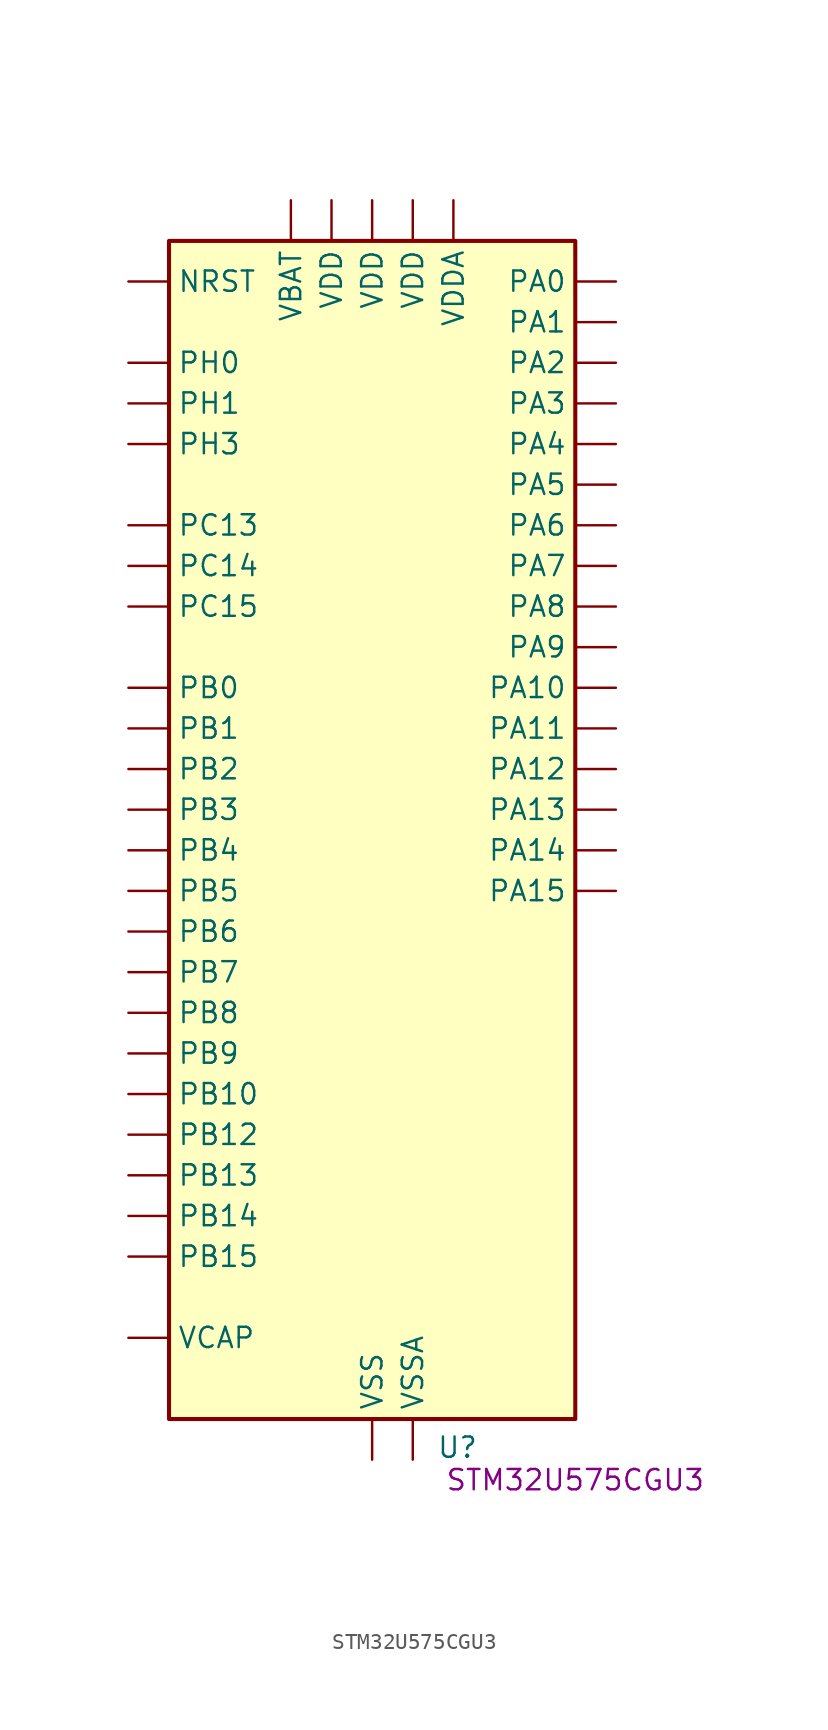
<source format=kicad_sym>
(kicad_symbol_lib
  (version 20231120)
  (generator "kicad_symbol_editor")
  (generator_version "8.0")
  (symbol "STM32U575CGU3"
    (pin_numbers hide)
    (property "Reference" "U"
      (at 20.574 -72.898 0)
      (effects (font (size 1.27 1.27))))
    (property "MPN" "STM32U575CGU3"
      (at 27.94 -74.93 0)
      (effects (font (size 1.27 1.27))))
    (symbol "STM32U575CGU3_0_1"
      (rectangle (start 2.54 2.54) (end 27.94 -71.12) (stroke (width 0.254) (type default)) (fill (type background))))
    (symbol "STM32U575CGU3_1_1"
      (pin power_in line (at 10.16 5.08 270) (length 2.54) (name "VBAT" (effects (font (size 1.27 1.27)))) (number "1" (effects (font (size 1.27 1.27)))))
      (pin bidirectional line (at 30.48 0 180) (length 2.54) (name "PA0" (effects (font (size 1.27 1.27)))) (number "10" (effects (font (size 1.27 1.27)))) (alternate "ADC1_IN5" bidirectional line) (alternate "AUDIOCLK" bidirectional line) (alternate "OCTOSPIM_P2_NCS" bidirectional line) (alternate "OPAMP1_VINP" bidirectional line) (alternate "PWR_WKUP1" bidirectional line) (alternate "SPI3_RDY" bidirectional line) (alternate "TAMP_IN2" bidirectional line) (alternate "TAMP_OUT1" bidirectional line) (alternate "TIM2_CH1" bidirectional line) (alternate "TIM2_ETR" bidirectional line) (alternate "TIM5_CH1" bidirectional line) (alternate "TIM8_ETR" bidirectional line) (alternate "UART4_TX" bidirectional line) (alternate "USART2_CTS" bidirectional line))
      (pin bidirectional line (at 30.48 -2.54 180) (length 2.54) (name "PA1" (effects (font (size 1.27 1.27)))) (number "11" (effects (font (size 1.27 1.27)))) (alternate "ADC1_IN6" bidirectional line) (alternate "I2C1_SMBA" bidirectional line) (alternate "LPTIM1_CH2" bidirectional line) (alternate "OCTOSPIM_P1_DQS" bidirectional line) (alternate "OPAMP1_VINM" bidirectional line) (alternate "PWR_WKUP3" bidirectional line) (alternate "SPI1_SCK" bidirectional line) (alternate "TAMP_IN5" bidirectional line) (alternate "TAMP_OUT4" bidirectional line) (alternate "TIM15_CH1N" bidirectional line) (alternate "TIM2_CH2" bidirectional line) (alternate "TIM5_CH2" bidirectional line) (alternate "UART4_RX" bidirectional line) (alternate "USART2_DE" bidirectional line) (alternate "USART2_RTS" bidirectional line))
      (pin bidirectional line (at 30.48 -5.08 180) (length 2.54) (name "PA2" (effects (font (size 1.27 1.27)))) (number "12" (effects (font (size 1.27 1.27)))) (alternate "ADC1_IN7" bidirectional line) (alternate "COMP1_INP" bidirectional line) (alternate "LPUART1_TX" bidirectional line) (alternate "OCTOSPIM_P1_NCS" bidirectional line) (alternate "PWR_WKUP4" bidirectional line) (alternate "RCC_LSCO" bidirectional line) (alternate "SPI1_RDY" bidirectional line) (alternate "TIM15_CH1" bidirectional line) (alternate "TIM2_CH3" bidirectional line) (alternate "TIM5_CH3" bidirectional line) (alternate "UCPD1_FRSTX1" bidirectional line) (alternate "USART2_TX" bidirectional line))
      (pin bidirectional line (at 30.48 -7.62 180) (length 2.54) (name "PA3" (effects (font (size 1.27 1.27)))) (number "13" (effects (font (size 1.27 1.27)))) (alternate "ADC1_IN8" bidirectional line) (alternate "LPUART1_RX" bidirectional line) (alternate "OCTOSPIM_P1_CLK" bidirectional line) (alternate "OPAMP1_VOUT" bidirectional line) (alternate "PWR_WKUP5" bidirectional line) (alternate "SAI1_CK1" bidirectional line) (alternate "SAI1_MCLK_A" bidirectional line) (alternate "TIM15_CH2" bidirectional line) (alternate "TIM2_CH4" bidirectional line) (alternate "TIM5_CH4" bidirectional line) (alternate "USART2_RX" bidirectional line))
      (pin bidirectional line (at 30.48 -10.16 180) (length 2.54) (name "PA4" (effects (font (size 1.27 1.27)))) (number "14" (effects (font (size 1.27 1.27)))) (alternate "ADC1_IN9" bidirectional line) (alternate "ADC4_IN9" bidirectional line) (alternate "DAC1_OUT1" bidirectional line) (alternate "LPTIM2_CH1" bidirectional line) (alternate "OCTOSPIM_P1_NCS" bidirectional line) (alternate "PWR_WKUP2" bidirectional line) (alternate "SAI1_FS_B" bidirectional line) (alternate "SPI1_NSS" bidirectional line) (alternate "SPI3_NSS" bidirectional line) (alternate "USART2_CK" bidirectional line))
      (pin bidirectional line (at 30.48 -12.7 180) (length 2.54) (name "PA5" (effects (font (size 1.27 1.27)))) (number "15" (effects (font (size 1.27 1.27)))) (alternate "ADC1_IN10" bidirectional line) (alternate "ADC4_IN10" bidirectional line) (alternate "DAC1_OUT2" bidirectional line) (alternate "LPTIM2_ETR" bidirectional line) (alternate "PWR_CSLEEP" bidirectional line) (alternate "PWR_WKUP6" bidirectional line) (alternate "SPI1_SCK" bidirectional line) (alternate "TIM2_CH1" bidirectional line) (alternate "TIM2_ETR" bidirectional line) (alternate "TIM8_CH1N" bidirectional line) (alternate "USART3_RX" bidirectional line))
      (pin bidirectional line (at 30.48 -15.24 180) (length 2.54) (name "PA6" (effects (font (size 1.27 1.27)))) (number "16" (effects (font (size 1.27 1.27)))) (alternate "ADC1_IN11" bidirectional line) (alternate "ADC4_IN11" bidirectional line) (alternate "LPUART1_CTS" bidirectional line) (alternate "OCTOSPIM_P1_IO3" bidirectional line) (alternate "OPAMP2_VINP" bidirectional line) (alternate "PWR_CDSTOP" bidirectional line) (alternate "PWR_WKUP7" bidirectional line) (alternate "SPI1_MISO" bidirectional line) (alternate "TIM16_CH1" bidirectional line) (alternate "TIM1_BKIN" bidirectional line) (alternate "TIM3_CH1" bidirectional line) (alternate "TIM8_BKIN" bidirectional line) (alternate "USART3_CTS" bidirectional line))
      (pin bidirectional line (at 30.48 -17.78 180) (length 2.54) (name "PA7" (effects (font (size 1.27 1.27)))) (number "17" (effects (font (size 1.27 1.27)))) (alternate "ADC1_IN12" bidirectional line) (alternate "ADC4_IN20" bidirectional line) (alternate "I2C3_SCL" bidirectional line) (alternate "LPTIM2_CH2" bidirectional line) (alternate "OCTOSPIM_P1_IO2" bidirectional line) (alternate "OPAMP2_VINM" bidirectional line) (alternate "PWR_SRDSTOP" bidirectional line) (alternate "PWR_WKUP8" bidirectional line) (alternate "SPI1_MOSI" bidirectional line) (alternate "TIM17_CH1" bidirectional line) (alternate "TIM1_CH1N" bidirectional line) (alternate "TIM3_CH2" bidirectional line) (alternate "TIM8_CH1N" bidirectional line) (alternate "USART3_TX" bidirectional line))
      (pin bidirectional line (at 0 -25.4 0) (length 2.54) (name "PB0" (effects (font (size 1.27 1.27)))) (number "18" (effects (font (size 1.27 1.27)))) (alternate "ADC1_IN15" bidirectional line) (alternate "ADC4_IN18" bidirectional line) (alternate "AUDIOCLK" bidirectional line) (alternate "COMP1_OUT" bidirectional line) (alternate "LPTIM3_CH1" bidirectional line) (alternate "OCTOSPIM_P1_IO1" bidirectional line) (alternate "OPAMP2_VOUT" bidirectional line) (alternate "SPI1_NSS" bidirectional line) (alternate "TIM1_CH2N" bidirectional line) (alternate "TIM3_CH3" bidirectional line) (alternate "TIM8_CH2N" bidirectional line) (alternate "USART3_CK" bidirectional line))
      (pin bidirectional line (at 0 -27.94 0) (length 2.54) (name "PB1" (effects (font (size 1.27 1.27)))) (number "19" (effects (font (size 1.27 1.27)))) (alternate "ADC1_IN16" bidirectional line) (alternate "ADC4_IN19" bidirectional line) (alternate "COMP1_INM" bidirectional line) (alternate "LPTIM2_IN1" bidirectional line) (alternate "LPTIM3_CH2" bidirectional line) (alternate "LPUART1_DE" bidirectional line) (alternate "LPUART1_RTS" bidirectional line) (alternate "MDF1_SDI0" bidirectional line) (alternate "OCTOSPIM_P1_IO0" bidirectional line) (alternate "PWR_WKUP4" bidirectional line) (alternate "TIM1_CH3N" bidirectional line) (alternate "TIM3_CH4" bidirectional line) (alternate "TIM8_CH3N" bidirectional line) (alternate "USART3_DE" bidirectional line) (alternate "USART3_RTS" bidirectional line))
      (pin bidirectional line (at 0 -15.24 0) (length 2.54) (name "PC13" (effects (font (size 1.27 1.27)))) (number "2" (effects (font (size 1.27 1.27)))) (alternate "PWR_WKUP2" bidirectional line) (alternate "RTC_OUT1" bidirectional line) (alternate "RTC_TS" bidirectional line) (alternate "TAMP_IN1" bidirectional line) (alternate "TAMP_OUT2" bidirectional line))
      (pin bidirectional line (at 0 -30.48 0) (length 2.54) (name "PB2" (effects (font (size 1.27 1.27)))) (number "20" (effects (font (size 1.27 1.27)))) (alternate "ADC1_IN17" bidirectional line) (alternate "COMP1_INP" bidirectional line) (alternate "I2C3_SMBA" bidirectional line) (alternate "LPTIM1_CH1" bidirectional line) (alternate "MDF1_CKI0" bidirectional line) (alternate "OCTOSPIM_P1_DQS" bidirectional line) (alternate "PWR_WKUP1" bidirectional line) (alternate "RTC_OUT2" bidirectional line) (alternate "SPI1_RDY" bidirectional line) (alternate "TIM8_CH4N" bidirectional line) (alternate "UCPD1_FRSTX1" bidirectional line))
      (pin bidirectional line (at 0 -50.8 0) (length 2.54) (name "PB10" (effects (font (size 1.27 1.27)))) (number "21" (effects (font (size 1.27 1.27)))) (alternate "COMP1_OUT" bidirectional line) (alternate "I2C2_SCL" bidirectional line) (alternate "I2C4_SCL" bidirectional line) (alternate "LPTIM3_CH1" bidirectional line) (alternate "LPUART1_RX" bidirectional line) (alternate "OCTOSPIM_P1_CLK" bidirectional line) (alternate "PWR_WKUP8" bidirectional line) (alternate "SAI1_SCK_A" bidirectional line) (alternate "SPI2_SCK" bidirectional line) (alternate "TIM2_CH3" bidirectional line) (alternate "TSC_SYNC" bidirectional line) (alternate "USART3_TX" bidirectional line))
      (pin power_out line (at 0 -66.04 0) (length 2.54) (name "VCAP" (effects (font (size 1.27 1.27)))) (number "22" (effects (font (size 1.27 1.27)))))
      (pin power_in line (at 15.24 -73.66 90) (length 2.54) (name "VSS" (effects (font (size 1.27 1.27)))) (number "23" (effects (font (size 1.27 1.27)))))
      (pin power_in line (at 12.7 5.08 270) (length 2.54) (name "VDD" (effects (font (size 1.27 1.27)))) (number "24" (effects (font (size 1.27 1.27)))))
      (pin bidirectional line (at 0 -53.34 0) (length 2.54) (name "PB12" (effects (font (size 1.27 1.27)))) (number "25" (effects (font (size 1.27 1.27)))) (alternate "I2C2_SMBA" bidirectional line) (alternate "LPUART1_DE" bidirectional line) (alternate "LPUART1_RTS" bidirectional line) (alternate "MDF1_SDI1" bidirectional line) (alternate "OCTOSPIM_P1_NCLK" bidirectional line) (alternate "SPI2_NSS" bidirectional line) (alternate "TIM15_BKIN" bidirectional line) (alternate "TIM1_BKIN" bidirectional line) (alternate "TSC_G1_IO1" bidirectional line) (alternate "USART3_CK" bidirectional line))
      (pin bidirectional line (at 0 -55.88 0) (length 2.54) (name "PB13" (effects (font (size 1.27 1.27)))) (number "26" (effects (font (size 1.27 1.27)))) (alternate "I2C2_SCL" bidirectional line) (alternate "LPTIM3_IN1" bidirectional line) (alternate "LPUART1_CTS" bidirectional line) (alternate "MDF1_CKI1" bidirectional line) (alternate "SPI2_SCK" bidirectional line) (alternate "TIM15_CH1N" bidirectional line) (alternate "TIM1_CH1N" bidirectional line) (alternate "TSC_G1_IO2" bidirectional line) (alternate "USART3_CTS" bidirectional line))
      (pin bidirectional line (at 0 -58.42 0) (length 2.54) (name "PB14" (effects (font (size 1.27 1.27)))) (number "27" (effects (font (size 1.27 1.27)))) (alternate "I2C2_SDA" bidirectional line) (alternate "LPTIM3_ETR" bidirectional line) (alternate "MDF1_SDI2" bidirectional line) (alternate "SPI2_MISO" bidirectional line) (alternate "TIM15_CH1" bidirectional line) (alternate "TIM1_CH2N" bidirectional line) (alternate "TIM8_CH2N" bidirectional line) (alternate "TSC_G1_IO3" bidirectional line) (alternate "UCPD1_DBCC2" bidirectional line) (alternate "USART3_DE" bidirectional line) (alternate "USART3_RTS" bidirectional line))
      (pin bidirectional line (at 0 -60.96 0) (length 2.54) (name "PB15" (effects (font (size 1.27 1.27)))) (number "28" (effects (font (size 1.27 1.27)))) (alternate "ADC1_EXTI15" bidirectional line) (alternate "ADC4_EXTI15" bidirectional line) (alternate "LPTIM2_IN2" bidirectional line) (alternate "MDF1_CKI2" bidirectional line) (alternate "PWR_WKUP7" bidirectional line) (alternate "RTC_REFIN" bidirectional line) (alternate "SPI2_MOSI" bidirectional line) (alternate "TIM15_CH2" bidirectional line) (alternate "TIM1_CH3N" bidirectional line) (alternate "TIM8_CH3N" bidirectional line) (alternate "UCPD1_CC2" bidirectional line))
      (pin bidirectional line (at 30.48 -20.32 180) (length 2.54) (name "PA8" (effects (font (size 1.27 1.27)))) (number "29" (effects (font (size 1.27 1.27)))) (alternate "DEBUG_TRACECLK" bidirectional line) (alternate "LPTIM2_CH1" bidirectional line) (alternate "RCC_MCO" bidirectional line) (alternate "SAI1_CK2" bidirectional line) (alternate "SAI1_SCK_A" bidirectional line) (alternate "SPI1_RDY" bidirectional line) (alternate "TIM1_CH1" bidirectional line) (alternate "USART1_CK" bidirectional line) (alternate "USB_OTG_FS_SOF" bidirectional line))
      (pin bidirectional line (at 0 -17.78 0) (length 2.54) (name "PC14" (effects (font (size 1.27 1.27)))) (number "3" (effects (font (size 1.27 1.27)))) (alternate "RCC_OSC32_IN" bidirectional line))
      (pin bidirectional line (at 30.48 -22.86 180) (length 2.54) (name "PA9" (effects (font (size 1.27 1.27)))) (number "30" (effects (font (size 1.27 1.27)))) (alternate "DAC1_EXTI9" bidirectional line) (alternate "SAI1_FS_A" bidirectional line) (alternate "SPI2_SCK" bidirectional line) (alternate "TIM15_BKIN" bidirectional line) (alternate "TIM1_CH2" bidirectional line) (alternate "USART1_TX" bidirectional line) (alternate "USB_OTG_FS_VBUS" bidirectional line))
      (pin bidirectional line (at 30.48 -25.4 180) (length 2.54) (name "PA10" (effects (font (size 1.27 1.27)))) (number "31" (effects (font (size 1.27 1.27)))) (alternate "CRS_SYNC" bidirectional line) (alternate "LPTIM2_IN2" bidirectional line) (alternate "SAI1_D1" bidirectional line) (alternate "SAI1_SD_A" bidirectional line) (alternate "TIM17_BKIN" bidirectional line) (alternate "TIM1_CH3" bidirectional line) (alternate "USART1_RX" bidirectional line) (alternate "USB_OTG_FS_ID" bidirectional line))
      (pin bidirectional line (at 30.48 -27.94 180) (length 2.54) (name "PA11" (effects (font (size 1.27 1.27)))) (number "32" (effects (font (size 1.27 1.27)))) (alternate "ADC1_EXTI11" bidirectional line) (alternate "FDCAN1_RX" bidirectional line) (alternate "SPI1_MISO" bidirectional line) (alternate "TIM1_BKIN2" bidirectional line) (alternate "TIM1_CH4" bidirectional line) (alternate "USART1_CTS" bidirectional line) (alternate "USB_OTG_FS_DM" bidirectional line))
      (pin bidirectional line (at 30.48 -30.48 180) (length 2.54) (name "PA12" (effects (font (size 1.27 1.27)))) (number "33" (effects (font (size 1.27 1.27)))) (alternate "FDCAN1_TX" bidirectional line) (alternate "OCTOSPIM_P2_NCS" bidirectional line) (alternate "SPI1_MOSI" bidirectional line) (alternate "TIM1_ETR" bidirectional line) (alternate "USART1_DE" bidirectional line) (alternate "USART1_RTS" bidirectional line) (alternate "USB_OTG_FS_DP" bidirectional line))
      (pin bidirectional line (at 30.48 -33.02 180) (length 2.54) (name "PA13" (effects (font (size 1.27 1.27)))) (number "34" (effects (font (size 1.27 1.27)))) (alternate "DEBUG_JTMS-SWDIO" bidirectional line) (alternate "IR_OUT" bidirectional line) (alternate "SAI1_SD_B" bidirectional line) (alternate "USB_OTG_FS_NOE" bidirectional line))
      (pin passive line (at 15.24 -73.66 90) (length 2.54) hide (name "VSS" (effects (font (size 1.27 1.27)))) (number "35" (effects (font (size 1.27 1.27)))))
      (pin power_in line (at 15.24 5.08 270) (length 2.54) (name "VDD" (effects (font (size 1.27 1.27)))) (number "36" (effects (font (size 1.27 1.27)))))
      (pin bidirectional line (at 30.48 -35.56 180) (length 2.54) (name "PA14" (effects (font (size 1.27 1.27)))) (number "37" (effects (font (size 1.27 1.27)))) (alternate "DEBUG_JTCK-SWCLK" bidirectional line) (alternate "I2C1_SMBA" bidirectional line) (alternate "I2C4_SMBA" bidirectional line) (alternate "LPTIM1_CH1" bidirectional line) (alternate "SAI1_FS_B" bidirectional line) (alternate "USB_OTG_FS_SOF" bidirectional line))
      (pin bidirectional line (at 30.48 -38.1 180) (length 2.54) (name "PA15" (effects (font (size 1.27 1.27)))) (number "38" (effects (font (size 1.27 1.27)))) (alternate "ADC1_EXTI15" bidirectional line) (alternate "ADC4_EXTI15" bidirectional line) (alternate "DEBUG_JTDI" bidirectional line) (alternate "SPI1_NSS" bidirectional line) (alternate "SPI3_NSS" bidirectional line) (alternate "TIM2_CH1" bidirectional line) (alternate "TIM2_ETR" bidirectional line) (alternate "UART4_DE" bidirectional line) (alternate "UART4_RTS" bidirectional line) (alternate "UCPD1_CC1" bidirectional line) (alternate "USART2_RX" bidirectional line) (alternate "USART3_DE" bidirectional line) (alternate "USART3_RTS" bidirectional line))
      (pin bidirectional line (at 0 -33.02 0) (length 2.54) (name "PB3" (effects (font (size 1.27 1.27)))) (number "39" (effects (font (size 1.27 1.27)))) (alternate "ADF1_CCK0" bidirectional line) (alternate "COMP2_INM" bidirectional line) (alternate "CRS_SYNC" bidirectional line) (alternate "DEBUG_JTDO-SWO" bidirectional line) (alternate "I2C1_SDA" bidirectional line) (alternate "LPTIM1_CH1" bidirectional line) (alternate "SAI1_SCK_B" bidirectional line) (alternate "SPI1_SCK" bidirectional line) (alternate "SPI3_SCK" bidirectional line) (alternate "TIM2_CH2" bidirectional line) (alternate "USART1_DE" bidirectional line) (alternate "USART1_RTS" bidirectional line))
      (pin bidirectional line (at 0 -20.32 0) (length 2.54) (name "PC15" (effects (font (size 1.27 1.27)))) (number "4" (effects (font (size 1.27 1.27)))) (alternate "ADC1_EXTI15" bidirectional line) (alternate "ADC4_EXTI15" bidirectional line) (alternate "RCC_OSC32_OUT" bidirectional line))
      (pin bidirectional line (at 0 -35.56 0) (length 2.54) (name "PB4" (effects (font (size 1.27 1.27)))) (number "40" (effects (font (size 1.27 1.27)))) (alternate "ADF1_SDI0" bidirectional line) (alternate "COMP2_INP" bidirectional line) (alternate "DEBUG_JTRST" bidirectional line) (alternate "I2C3_SDA" bidirectional line) (alternate "LPTIM1_CH2" bidirectional line) (alternate "SAI1_MCLK_B" bidirectional line) (alternate "SPI1_MISO" bidirectional line) (alternate "SPI3_MISO" bidirectional line) (alternate "TIM17_BKIN" bidirectional line) (alternate "TIM3_CH1" bidirectional line) (alternate "TSC_G2_IO1" bidirectional line) (alternate "USART1_CTS" bidirectional line))
      (pin bidirectional line (at 0 -38.1 0) (length 2.54) (name "PB5" (effects (font (size 1.27 1.27)))) (number "41" (effects (font (size 1.27 1.27)))) (alternate "COMP2_OUT" bidirectional line) (alternate "I2C1_SMBA" bidirectional line) (alternate "LPTIM1_IN1" bidirectional line) (alternate "OCTOSPIM_P1_NCLK" bidirectional line) (alternate "PWR_WKUP6" bidirectional line) (alternate "SAI1_SD_B" bidirectional line) (alternate "SPI1_MOSI" bidirectional line) (alternate "SPI3_MOSI" bidirectional line) (alternate "TIM16_BKIN" bidirectional line) (alternate "TIM3_CH2" bidirectional line) (alternate "TSC_G2_IO2" bidirectional line) (alternate "UCPD1_DBCC1" bidirectional line) (alternate "USART1_CK" bidirectional line))
      (pin bidirectional line (at 0 -40.64 0) (length 2.54) (name "PB6" (effects (font (size 1.27 1.27)))) (number "42" (effects (font (size 1.27 1.27)))) (alternate "COMP2_INP" bidirectional line) (alternate "I2C1_SCL" bidirectional line) (alternate "I2C4_SCL" bidirectional line) (alternate "LPTIM1_ETR" bidirectional line) (alternate "MDF1_SDI5" bidirectional line) (alternate "PWR_WKUP3" bidirectional line) (alternate "SAI1_FS_B" bidirectional line) (alternate "TIM16_CH1N" bidirectional line) (alternate "TIM4_CH1" bidirectional line) (alternate "TIM8_BKIN2" bidirectional line) (alternate "TSC_G2_IO3" bidirectional line) (alternate "USART1_TX" bidirectional line))
      (pin bidirectional line (at 0 -43.18 0) (length 2.54) (name "PB7" (effects (font (size 1.27 1.27)))) (number "43" (effects (font (size 1.27 1.27)))) (alternate "COMP2_INM" bidirectional line) (alternate "I2C1_SDA" bidirectional line) (alternate "I2C4_SDA" bidirectional line) (alternate "LPTIM1_IN2" bidirectional line) (alternate "MDF1_CKI5" bidirectional line) (alternate "PWR_PVD_IN" bidirectional line) (alternate "PWR_WKUP4" bidirectional line) (alternate "TIM17_CH1N" bidirectional line) (alternate "TIM4_CH2" bidirectional line) (alternate "TIM8_BKIN" bidirectional line) (alternate "TSC_G2_IO4" bidirectional line) (alternate "UART4_CTS" bidirectional line) (alternate "USART1_RX" bidirectional line))
      (pin bidirectional line (at 0 -10.16 0) (length 2.54) (name "PH3" (effects (font (size 1.27 1.27)))) (number "44" (effects (font (size 1.27 1.27)))))
      (pin bidirectional line (at 0 -45.72 0) (length 2.54) (name "PB8" (effects (font (size 1.27 1.27)))) (number "45" (effects (font (size 1.27 1.27)))) (alternate "FDCAN1_RX" bidirectional line) (alternate "I2C1_SCL" bidirectional line) (alternate "MDF1_CCK0" bidirectional line) (alternate "PWR_WKUP5" bidirectional line) (alternate "SAI1_CK1" bidirectional line) (alternate "SAI1_MCLK_A" bidirectional line) (alternate "SPI3_RDY" bidirectional line) (alternate "TIM16_CH1" bidirectional line) (alternate "TIM4_CH3" bidirectional line))
      (pin bidirectional line (at 0 -48.26 0) (length 2.54) (name "PB9" (effects (font (size 1.27 1.27)))) (number "46" (effects (font (size 1.27 1.27)))) (alternate "DAC1_EXTI9" bidirectional line) (alternate "FDCAN1_TX" bidirectional line) (alternate "I2C1_SDA" bidirectional line) (alternate "IR_OUT" bidirectional line) (alternate "SAI1_D2" bidirectional line) (alternate "SAI1_FS_A" bidirectional line) (alternate "SPI2_NSS" bidirectional line) (alternate "TIM17_CH1" bidirectional line) (alternate "TIM4_CH4" bidirectional line))
      (pin passive line (at 15.24 -73.66 90) (length 2.54) hide (name "VSS" (effects (font (size 1.27 1.27)))) (number "47" (effects (font (size 1.27 1.27)))))
      (pin power_in line (at 17.78 5.08 270) (length 2.54) (name "VDD" (effects (font (size 1.27 1.27)))) (number "48" (effects (font (size 1.27 1.27)))))
      (pin passive line (at 15.24 -73.66 90) (length 2.54) hide (name "VSS" (effects (font (size 1.27 1.27)))) (number "49" (effects (font (size 1.27 1.27)))))
      (pin bidirectional line (at 0 -5.08 0) (length 2.54) (name "PH0" (effects (font (size 1.27 1.27)))) (number "5" (effects (font (size 1.27 1.27)))) (alternate "RCC_OSC_IN" bidirectional line))
      (pin bidirectional line (at 0 -7.62 0) (length 2.54) (name "PH1" (effects (font (size 1.27 1.27)))) (number "6" (effects (font (size 1.27 1.27)))) (alternate "RCC_OSC_OUT" bidirectional line))
      (pin input line (at 0 0 0) (length 2.54) (name "NRST" (effects (font (size 1.27 1.27)))) (number "7" (effects (font (size 1.27 1.27)))))
      (pin power_in line (at 17.78 -73.66 90) (length 2.54) (name "VSSA" (effects (font (size 1.27 1.27)))) (number "8" (effects (font (size 1.27 1.27)))))
      (pin power_in line (at 20.32 5.08 270) (length 2.54) (name "VDDA" (effects (font (size 1.27 1.27)))) (number "9" (effects (font (size 1.27 1.27))))))))
</source>
